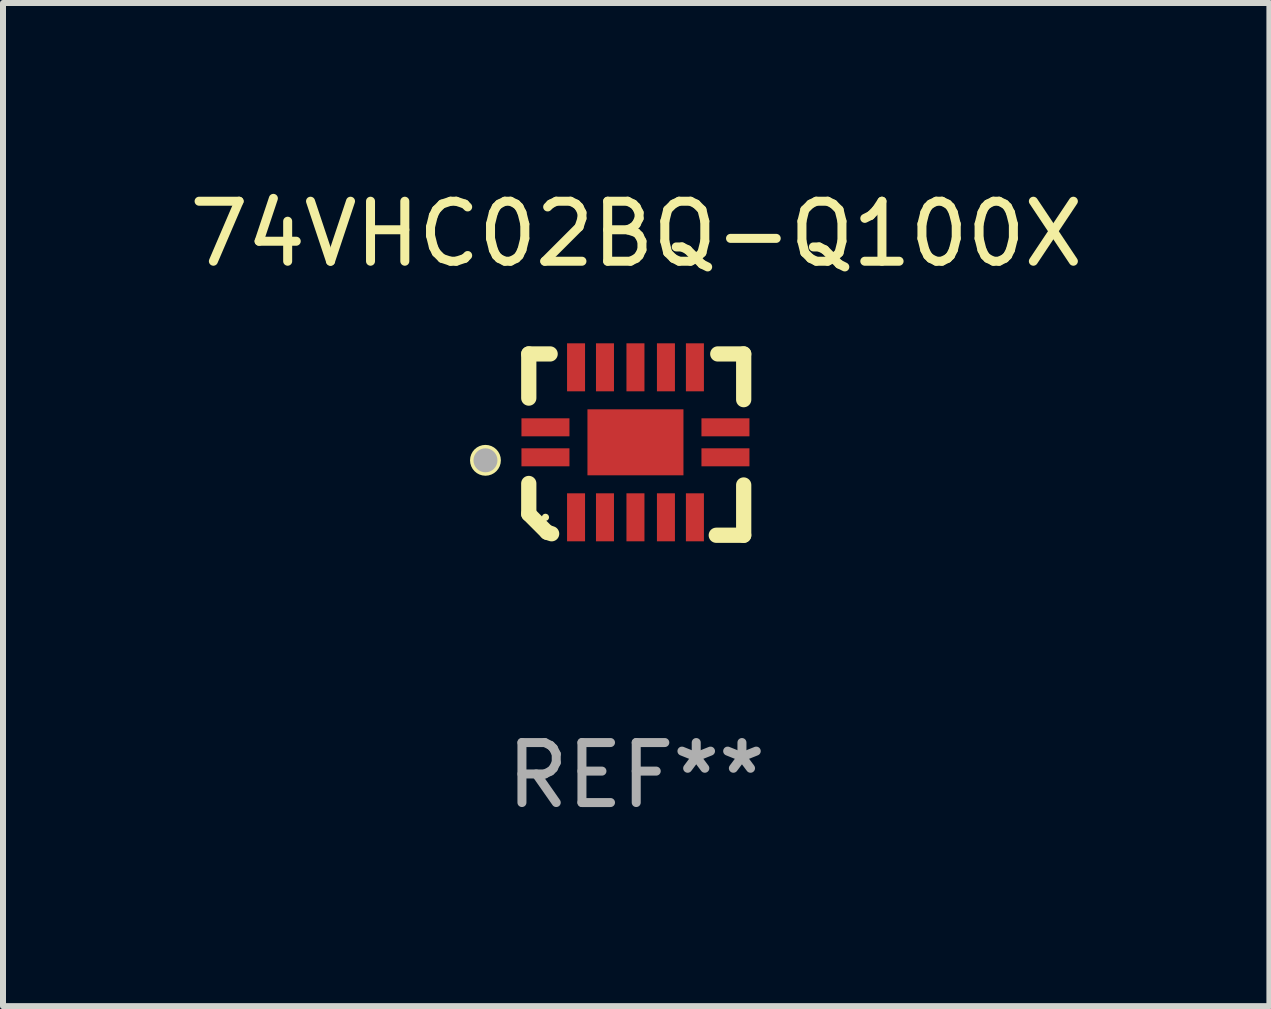
<source format=kicad_pcb>
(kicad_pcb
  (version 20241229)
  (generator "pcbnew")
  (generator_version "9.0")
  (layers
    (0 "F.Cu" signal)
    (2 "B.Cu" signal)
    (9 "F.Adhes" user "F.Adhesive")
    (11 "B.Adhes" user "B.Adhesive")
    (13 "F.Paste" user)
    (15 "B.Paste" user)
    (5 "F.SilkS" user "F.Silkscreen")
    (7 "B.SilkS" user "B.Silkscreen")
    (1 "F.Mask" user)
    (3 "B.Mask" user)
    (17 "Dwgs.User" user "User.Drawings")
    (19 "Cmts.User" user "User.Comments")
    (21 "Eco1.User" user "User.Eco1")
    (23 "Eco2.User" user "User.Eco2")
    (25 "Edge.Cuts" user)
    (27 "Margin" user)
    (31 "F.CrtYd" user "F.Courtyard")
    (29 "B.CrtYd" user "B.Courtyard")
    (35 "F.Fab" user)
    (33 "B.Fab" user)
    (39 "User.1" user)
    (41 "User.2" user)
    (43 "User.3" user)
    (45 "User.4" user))
  (footprint "74VHC02BQ-Q100X"
    (layer "F.Cu")
    (at 7.554 4.36)
    (property "Reference" "74VHC02BQ-Q100X" (at 0 -3.511 0) (layer "F.SilkS") (effects (font (size 1 1) (thickness 0.15))))
    (attr through_hole)
    (fp_line (start -1.791 -1.511) (end -1.435 -1.511) (stroke (width 0.254) (type solid)) (layer "F.SilkS"))
    (fp_line (start -1.791 -0.775) (end -1.791 -1.511) (stroke (width 0.254) (type solid)) (layer "F.SilkS"))
    (fp_line (start -1.791 1.156) (end -1.791 0.648) (stroke (width 0.254) (type solid)) (layer "F.SilkS"))
    (fp_line (start -1.486 1.461) (end -1.791 1.156) (stroke (width 0.254) (type solid)) (layer "F.SilkS"))
    (fp_line (start -1.41 1.486) (end -1.486 1.461) (stroke (width 0.254) (type solid)) (layer "F.SilkS"))
    (fp_line (start 1.334 1.511) (end 1.791 1.511) (stroke (width 0.254) (type solid)) (layer "F.SilkS"))
    (fp_line (start 1.791 -1.511) (end 1.359 -1.511) (stroke (width 0.254) (type solid)) (layer "F.SilkS"))
    (fp_line (start 1.791 -0.749) (end 1.791 -1.511) (stroke (width 0.254) (type solid)) (layer "F.SilkS"))
    (fp_line (start 1.791 1.511) (end 1.791 0.673) (stroke (width 0.254) (type solid)) (layer "F.SilkS"))
    (fp_circle (center -2.513 0.262) (end -2.383 0.262) (stroke (width 0.254) (type solid)) (fill no) (layer "F.SilkS"))
    (fp_circle (center -1.513 1.212) (end -1.483 1.212) (stroke (width 0.06) (type solid)) (fill no) (layer "F.SilkS"))
    (fp_circle (center -2.513 0.262) (end -2.413 0.262) (stroke (width 0.2) (type solid)) (fill no) (layer "F.Fab"))
    (fp_text user "REF**" (at 0 5.511 0) (layer "F.Fab") (effects (font (size 1 1) (thickness 0.15))))
    (pad "1" smd rect (at -1.513 0.212) (size 0.8 0.3) (layers "F.Cu" "F.Mask" "F.Paste"))
    (pad "2" smd rect (at -1.003 1.212) (size 0.3 0.8) (layers "F.Cu" "F.Mask" "F.Paste"))
    (pad "3" smd rect (at -0.521 1.212) (size 0.3 0.8) (layers "F.Cu" "F.Mask" "F.Paste"))
    (pad "4" smd rect (at -0.013 1.212) (size 0.3 0.8) (layers "F.Cu" "F.Mask" "F.Paste"))
    (pad "5" smd rect (at 0.495 1.212) (size 0.3 0.8) (layers "F.Cu" "F.Mask" "F.Paste"))
    (pad "6" smd rect (at 0.978 1.212) (size 0.3 0.8) (layers "F.Cu" "F.Mask" "F.Paste"))
    (pad "7" smd rect (at 1.487 0.212) (size 0.8 0.3) (layers "F.Cu" "F.Mask" "F.Paste"))
    (pad "8" smd rect (at 1.487 -0.288) (size 0.8 0.3) (layers "F.Cu" "F.Mask" "F.Paste"))
    (pad "9" smd rect (at 0.978 -1.288) (size 0.3 0.8) (layers "F.Cu" "F.Mask" "F.Paste"))
    (pad "10" smd rect (at 0.495 -1.288) (size 0.3 0.8) (layers "F.Cu" "F.Mask" "F.Paste"))
    (pad "11" smd rect (at -0.013 -1.288) (size 0.3 0.8) (layers "F.Cu" "F.Mask" "F.Paste"))
    (pad "12" smd rect (at -0.521 -1.288) (size 0.3 0.8) (layers "F.Cu" "F.Mask" "F.Paste"))
    (pad "13" smd rect (at -1.003 -1.288) (size 0.3 0.8) (layers "F.Cu" "F.Mask" "F.Paste"))
    (pad "14" smd rect (at -1.513 -0.288) (size 0.8 0.3) (layers "F.Cu" "F.Mask" "F.Paste"))
    (pad "15" smd rect (at -0.013 -0.038 90) (size 1.1 1.6) (layers "F.Cu" "F.Mask" "F.Paste")))
  (gr_rect
    (start -3 -3)
    (end 18.107 13.719)
    (stroke (width 0.1) (type default))
    (fill no)
    (layer "Edge.Cuts")))
</source>
